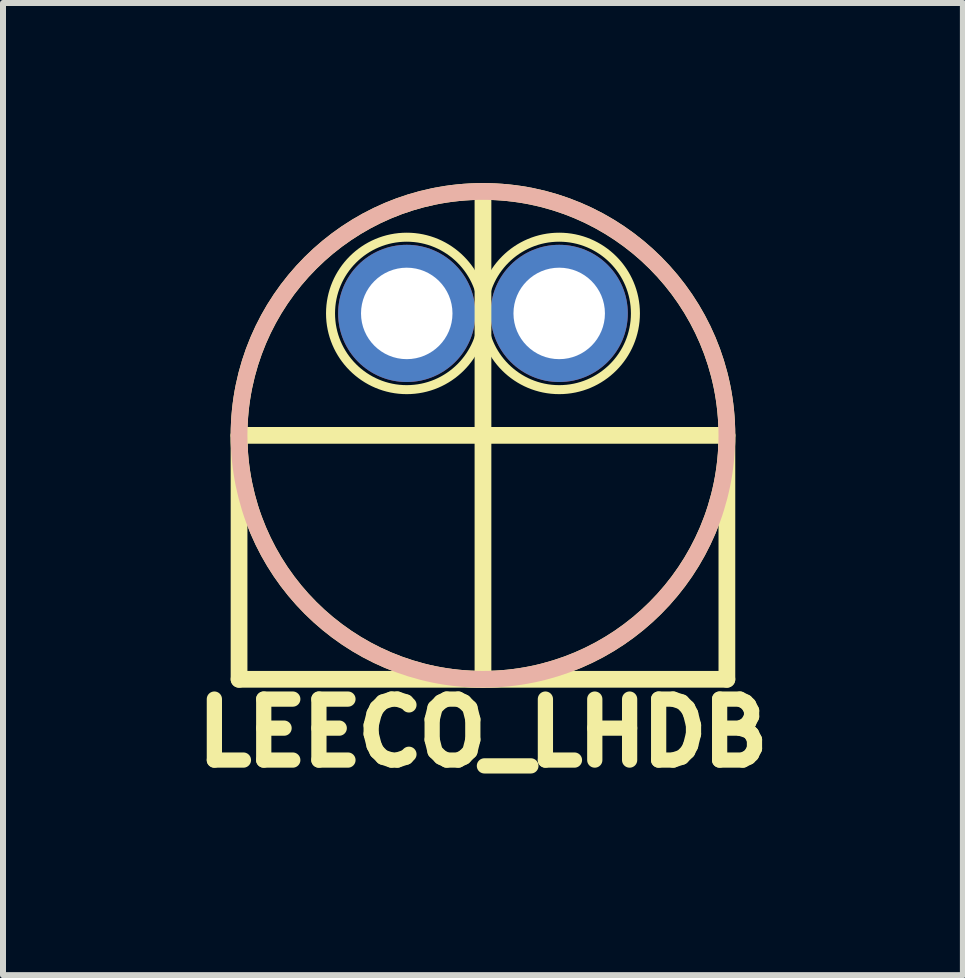
<source format=kicad_pcb>
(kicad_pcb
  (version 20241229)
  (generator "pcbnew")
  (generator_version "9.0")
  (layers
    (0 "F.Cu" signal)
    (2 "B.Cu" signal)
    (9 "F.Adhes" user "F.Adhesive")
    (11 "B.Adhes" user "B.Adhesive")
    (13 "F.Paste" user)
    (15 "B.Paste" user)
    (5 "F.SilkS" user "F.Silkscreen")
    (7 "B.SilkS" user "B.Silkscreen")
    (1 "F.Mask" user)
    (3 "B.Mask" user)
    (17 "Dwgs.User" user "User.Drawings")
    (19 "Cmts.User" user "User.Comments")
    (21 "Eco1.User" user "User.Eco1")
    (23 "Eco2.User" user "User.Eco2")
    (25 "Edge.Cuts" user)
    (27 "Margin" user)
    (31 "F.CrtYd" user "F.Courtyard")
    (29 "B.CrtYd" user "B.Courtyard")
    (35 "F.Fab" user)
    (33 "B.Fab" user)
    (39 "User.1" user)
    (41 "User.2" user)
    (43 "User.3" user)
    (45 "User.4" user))
  (footprint "LEECO_LHDB"
    (layer "F.Cu")
    (at 4.997 2.172)
    (property "Reference" "LEECO_LHDB" (at 0 6.985 0) (layer "F.SilkS") (effects (font (size 1.016 1.016) (thickness 0.254))))
    (attr through_hole)
    (fp_line (start -4.064 2.032) (end -4.064 6.096) (stroke (width 0.279) (type solid)) (layer "F.SilkS"))
    (fp_line (start -4.064 2.032) (end 4.064 2.032) (stroke (width 0.279) (type solid)) (layer "F.SilkS"))
    (fp_line (start -4.064 6.096) (end 4.064 6.096) (stroke (width 0.279) (type solid)) (layer "F.SilkS"))
    (fp_line (start 0 -2.032) (end 0 6.096) (stroke (width 0.279) (type solid)) (layer "F.SilkS"))
    (fp_line (start 4.064 6.096) (end 4.064 2.032) (stroke (width 0.279) (type solid)) (layer "F.SilkS"))
    (fp_circle (center -1.27 0) (end -1.27 -1.27) (stroke (width 0.15) (type solid)) (fill no) (layer "F.SilkS"))
    (fp_circle (center 0 2.032) (end 4.064 2.032) (stroke (width 0.279) (type solid)) (fill no) (layer "F.SilkS"))
    (fp_circle (center 1.27 0) (end 1.27 -1.27) (stroke (width 0.15) (type solid)) (fill no) (layer "F.SilkS"))
    (fp_circle (center 0 2.032) (end 4.064 2.032) (stroke (width 0.279) (type solid)) (fill no) (layer "B.SilkS"))
    (pad "1" thru_hole circle (at -1.27 0) (size 2.286 2.286) (drill 1.524) (layers "*.Cu" "*.Mask"))
    (pad "2" thru_hole circle (at 1.27 0) (size 2.286 2.286) (drill 1.524) (layers "*.Cu" "*.Mask")))
  (gr_rect
    (start -3 -3)
    (end 12.993 13.197)
    (stroke (width 0.1) (type default))
    (fill no)
    (layer "Edge.Cuts")))
</source>
